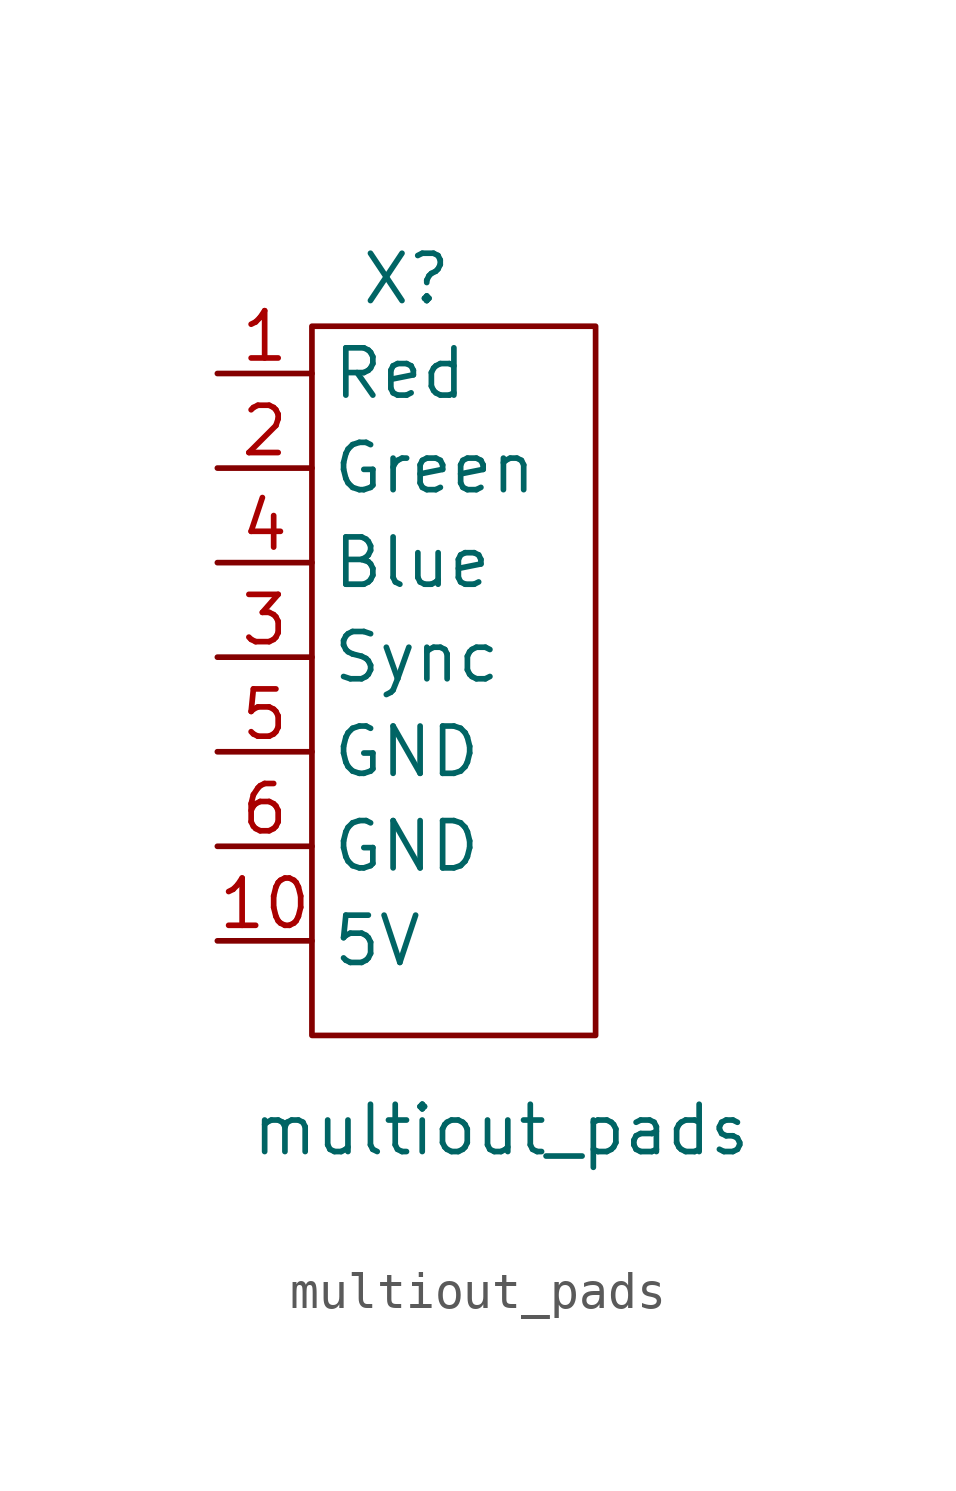
<source format=kicad_sym>
(kicad_symbol_lib
  (version 20211014)
  (generator kicad_symbol_editor)
  (symbol "multiout_pads"
    (property "Reference" "X"
      (at -2.54 10.16 0)
      (effects (font (size 1.27 1.27))))
    (property "Value" "multiout_pads"
      (at 0 -12.7 0)
      (effects (font (size 1.27 1.27))))
    (symbol "multiout_pads_0_1"
      (polyline (pts (xy -5.08 8.89) (xy -5.08 -10.16) (xy 2.54 -10.16) (xy 2.54 8.89) (xy -5.08 8.89)) (stroke (width 0) (type default) (color 0 0 0 0)) (fill (type none))))
    (symbol "multiout_pads_1_1"
      (pin input line (at -7.62 7.62 0) (length 2.54) (name "Red" (effects (font (size 1.27 1.27)))) (number "1" (effects (font (size 1.27 1.27)))))
      (pin passive line (at -7.62 -7.62 0) (length 2.54) (name "5V" (effects (font (size 1.27 1.27)))) (number "10" (effects (font (size 1.27 1.27)))))
      (pin input line (at -7.62 5.08 0) (length 2.54) (name "Green" (effects (font (size 1.27 1.27)))) (number "2" (effects (font (size 1.27 1.27)))))
      (pin input line (at -7.62 0 0) (length 2.54) (name "Sync" (effects (font (size 1.27 1.27)))) (number "3" (effects (font (size 1.27 1.27)))))
      (pin input line (at -7.62 2.54 0) (length 2.54) (name "Blue" (effects (font (size 1.27 1.27)))) (number "4" (effects (font (size 1.27 1.27)))))
      (pin passive line (at -7.62 -2.54 0) (length 2.54) (name "GND" (effects (font (size 1.27 1.27)))) (number "5" (effects (font (size 1.27 1.27)))))
      (pin passive line (at -7.62 -5.08 0) (length 2.54) (name "GND" (effects (font (size 1.27 1.27)))) (number "6" (effects (font (size 1.27 1.27))))))))
</source>
